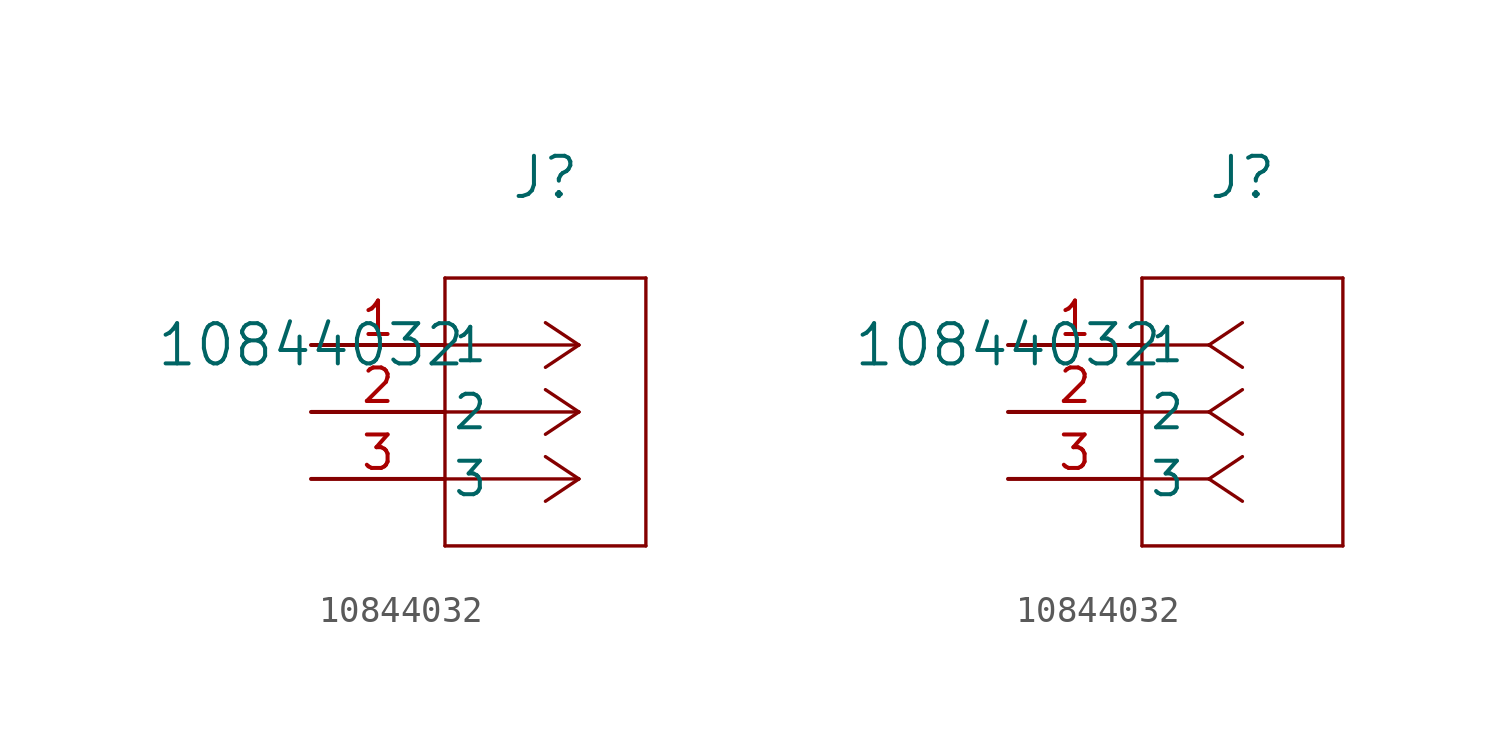
<source format=kicad_sym>
(kicad_symbol_lib
  (version 20231120)
  (generator "kicad_symbol_editor")
  (generator_version "8.0")
  (symbol "10844032"
    (pin_names
      (offset 0.254))
    (property "Reference" "J"
      (at 8.89 6.35 0)
      (effects (font (size 1.524 1.524))))
    (property "Value" "10844032"
      (at 0 0 0)
      (effects (font (size 1.524 1.524))))
    (property "ki_locked" ""
      (at 0 0 0)
      (effects (font (size 1.27 1.27))))
    (symbol "10844032_1_1"
      (polyline (pts (xy 5.08 -7.62) (xy 12.7 -7.62)) (stroke (width 0.127) (type default)) (fill (type none)))
      (polyline (pts (xy 5.08 2.54) (xy 5.08 -7.62)) (stroke (width 0.127) (type default)) (fill (type none)))
      (polyline (pts (xy 10.16 -5.08) (xy 5.08 -5.08)) (stroke (width 0.127) (type default)) (fill (type none)))
      (polyline (pts (xy 10.16 -5.08) (xy 8.89 -5.927)) (stroke (width 0.127) (type default)) (fill (type none)))
      (polyline (pts (xy 10.16 -5.08) (xy 8.89 -4.233)) (stroke (width 0.127) (type default)) (fill (type none)))
      (polyline (pts (xy 10.16 -2.54) (xy 5.08 -2.54)) (stroke (width 0.127) (type default)) (fill (type none)))
      (polyline (pts (xy 10.16 -2.54) (xy 8.89 -3.387)) (stroke (width 0.127) (type default)) (fill (type none)))
      (polyline (pts (xy 10.16 -2.54) (xy 8.89 -1.693)) (stroke (width 0.127) (type default)) (fill (type none)))
      (polyline (pts (xy 10.16 0) (xy 5.08 0)) (stroke (width 0.127) (type default)) (fill (type none)))
      (polyline (pts (xy 10.16 0) (xy 8.89 -0.847)) (stroke (width 0.127) (type default)) (fill (type none)))
      (polyline (pts (xy 10.16 0) (xy 8.89 0.847)) (stroke (width 0.127) (type default)) (fill (type none)))
      (polyline (pts (xy 12.7 -7.62) (xy 12.7 2.54)) (stroke (width 0.127) (type default)) (fill (type none)))
      (polyline (pts (xy 12.7 2.54) (xy 5.08 2.54)) (stroke (width 0.127) (type default)) (fill (type none)))
      (pin unspecified line (at 0 0 0) (length 5.08) (name "1" (effects (font (size 1.27 1.27)))) (number "1" (effects (font (size 1.27 1.27)))))
      (pin unspecified line (at 0 -2.54 0) (length 5.08) (name "2" (effects (font (size 1.27 1.27)))) (number "2" (effects (font (size 1.27 1.27)))))
      (pin unspecified line (at 0 -5.08 0) (length 5.08) (name "3" (effects (font (size 1.27 1.27)))) (number "3" (effects (font (size 1.27 1.27))))))
    (symbol "10844032_1_2"
      (polyline (pts (xy 5.08 -7.62) (xy 12.7 -7.62)) (stroke (width 0.127) (type default)) (fill (type none)))
      (polyline (pts (xy 5.08 2.54) (xy 5.08 -7.62)) (stroke (width 0.127) (type default)) (fill (type none)))
      (polyline (pts (xy 7.62 -5.08) (xy 5.08 -5.08)) (stroke (width 0.127) (type default)) (fill (type none)))
      (polyline (pts (xy 7.62 -5.08) (xy 8.89 -5.927)) (stroke (width 0.127) (type default)) (fill (type none)))
      (polyline (pts (xy 7.62 -5.08) (xy 8.89 -4.233)) (stroke (width 0.127) (type default)) (fill (type none)))
      (polyline (pts (xy 7.62 -2.54) (xy 5.08 -2.54)) (stroke (width 0.127) (type default)) (fill (type none)))
      (polyline (pts (xy 7.62 -2.54) (xy 8.89 -3.387)) (stroke (width 0.127) (type default)) (fill (type none)))
      (polyline (pts (xy 7.62 -2.54) (xy 8.89 -1.693)) (stroke (width 0.127) (type default)) (fill (type none)))
      (polyline (pts (xy 7.62 0) (xy 5.08 0)) (stroke (width 0.127) (type default)) (fill (type none)))
      (polyline (pts (xy 7.62 0) (xy 8.89 -0.847)) (stroke (width 0.127) (type default)) (fill (type none)))
      (polyline (pts (xy 7.62 0) (xy 8.89 0.847)) (stroke (width 0.127) (type default)) (fill (type none)))
      (polyline (pts (xy 12.7 -7.62) (xy 12.7 2.54)) (stroke (width 0.127) (type default)) (fill (type none)))
      (polyline (pts (xy 12.7 2.54) (xy 5.08 2.54)) (stroke (width 0.127) (type default)) (fill (type none)))
      (pin unspecified line (at 0 0 0) (length 5.08) (name "1" (effects (font (size 1.27 1.27)))) (number "1" (effects (font (size 1.27 1.27)))))
      (pin unspecified line (at 0 -2.54 0) (length 5.08) (name "2" (effects (font (size 1.27 1.27)))) (number "2" (effects (font (size 1.27 1.27)))))
      (pin unspecified line (at 0 -5.08 0) (length 5.08) (name "3" (effects (font (size 1.27 1.27)))) (number "3" (effects (font (size 1.27 1.27))))))))
</source>
